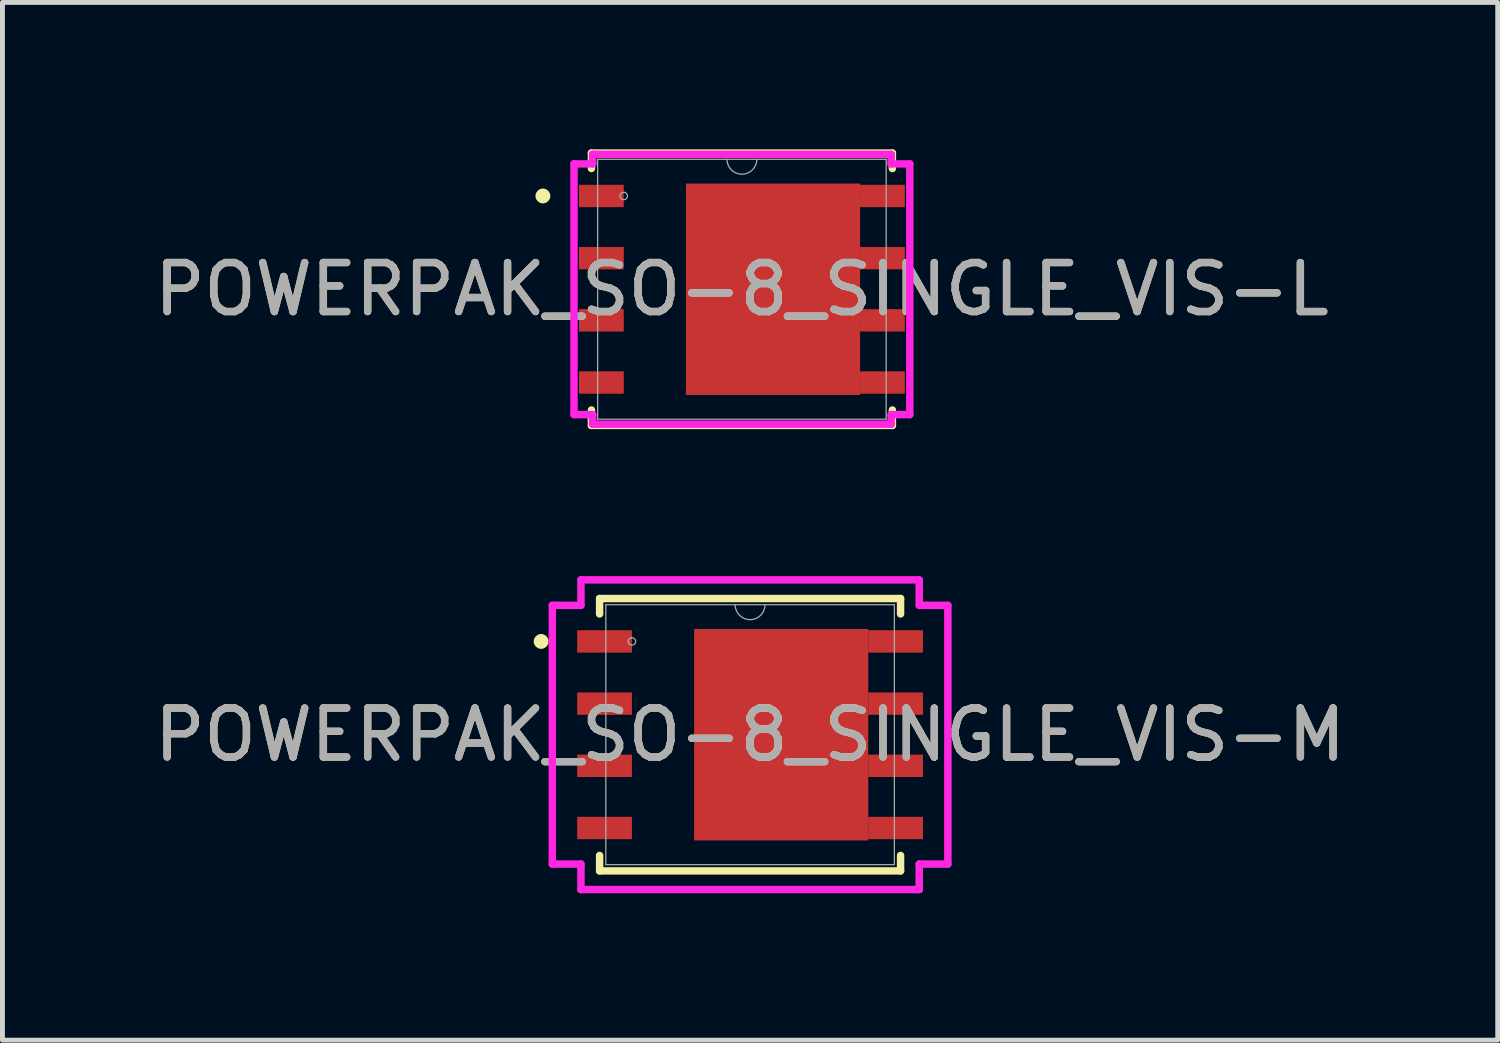
<source format=kicad_pcb>
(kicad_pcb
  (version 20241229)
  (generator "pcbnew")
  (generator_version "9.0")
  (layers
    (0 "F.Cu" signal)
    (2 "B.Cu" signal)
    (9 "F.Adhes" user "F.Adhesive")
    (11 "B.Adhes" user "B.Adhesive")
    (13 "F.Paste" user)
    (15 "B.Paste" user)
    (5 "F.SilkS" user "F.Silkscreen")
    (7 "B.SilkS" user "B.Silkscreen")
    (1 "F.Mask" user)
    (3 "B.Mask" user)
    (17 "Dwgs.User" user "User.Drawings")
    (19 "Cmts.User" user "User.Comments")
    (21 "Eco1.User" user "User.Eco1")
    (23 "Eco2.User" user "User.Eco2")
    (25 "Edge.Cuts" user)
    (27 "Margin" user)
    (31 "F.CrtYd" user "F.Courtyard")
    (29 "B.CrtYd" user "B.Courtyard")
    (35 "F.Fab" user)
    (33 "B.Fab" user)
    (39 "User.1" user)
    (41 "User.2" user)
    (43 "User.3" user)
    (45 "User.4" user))
  (footprint "POWERPAK_SO-8_SINGLE_VIS-M"
    (layer "F.Cu")
    (at 12.268 11.954)
    (property "Reference" "POWERPAK_SO-8_SINGLE_VIS-M" (at 0 0 0) (unlocked yes) (layer "F.SilkS") (effects (font (size 1 1) (thickness 0.15))))
    (attr smd)
    (fp_poly (pts (xy -1.143 -2.159) (xy 2.413 -2.159) (xy 2.413 2.159) (xy -1.143 2.159)) (stroke (width 0) (type solid)) (fill yes) (layer "F.Cu"))
    (fp_poly (pts (xy -1.143 -2.159) (xy 2.413 -2.159) (xy 2.413 2.159) (xy -1.143 2.159)) (stroke (width 0) (type solid)) (fill yes) (layer "F.Mask"))
    (fp_line (start -3.073 -2.781) (end -3.073 -2.466) (stroke (width 0.152) (type solid)) (layer "F.SilkS"))
    (fp_line (start -3.073 2.466) (end -3.073 2.781) (stroke (width 0.152) (type solid)) (layer "F.SilkS"))
    (fp_line (start -3.073 2.781) (end 3.073 2.781) (stroke (width 0.152) (type solid)) (layer "F.SilkS"))
    (fp_line (start 3.073 -2.781) (end -3.073 -2.781) (stroke (width 0.152) (type solid)) (layer "F.SilkS"))
    (fp_line (start 3.073 -2.466) (end 3.073 -2.781) (stroke (width 0.152) (type solid)) (layer "F.SilkS"))
    (fp_line (start 3.073 2.781) (end 3.073 2.466) (stroke (width 0.152) (type solid)) (layer "F.SilkS"))
    (fp_circle (center -4.267 -1.905) (end -4.191 -1.905) (stroke (width 0.152) (type solid)) (fill no) (layer "F.SilkS"))
    (fp_poly (pts (xy -1.143 -2.159) (xy 2.413 -2.159) (xy 2.413 2.159) (xy -1.143 2.159)) (stroke (width 0) (type solid)) (fill yes) (layer "F.Paste"))
    (fp_line (start -4.039 -2.642) (end -3.454 -2.642) (stroke (width 0.152) (type solid)) (layer "F.CrtYd"))
    (fp_line (start -4.039 2.642) (end -4.039 -2.642) (stroke (width 0.152) (type solid)) (layer "F.CrtYd"))
    (fp_line (start -4.039 2.642) (end -3.454 2.642) (stroke (width 0.152) (type solid)) (layer "F.CrtYd"))
    (fp_line (start -3.454 -3.162) (end 3.454 -3.162) (stroke (width 0.152) (type solid)) (layer "F.CrtYd"))
    (fp_line (start -3.454 -2.642) (end -3.454 -3.162) (stroke (width 0.152) (type solid)) (layer "F.CrtYd"))
    (fp_line (start -3.454 3.162) (end -3.454 2.642) (stroke (width 0.152) (type solid)) (layer "F.CrtYd"))
    (fp_line (start 3.454 -3.162) (end 3.454 -2.642) (stroke (width 0.152) (type solid)) (layer "F.CrtYd"))
    (fp_line (start 3.454 2.642) (end 3.454 3.162) (stroke (width 0.152) (type solid)) (layer "F.CrtYd"))
    (fp_line (start 3.454 3.162) (end -3.454 3.162) (stroke (width 0.152) (type solid)) (layer "F.CrtYd"))
    (fp_line (start 4.039 -2.642) (end 3.454 -2.642) (stroke (width 0.152) (type solid)) (layer "F.CrtYd"))
    (fp_line (start 4.039 -2.642) (end 4.039 2.642) (stroke (width 0.152) (type solid)) (layer "F.CrtYd"))
    (fp_line (start 4.039 2.642) (end 3.454 2.642) (stroke (width 0.152) (type solid)) (layer "F.CrtYd"))
    (fp_line (start -2.946 -2.654) (end -2.946 2.654) (stroke (width 0.025) (type solid)) (layer "F.Fab"))
    (fp_line (start -2.946 2.654) (end 2.946 2.654) (stroke (width 0.025) (type solid)) (layer "F.Fab"))
    (fp_line (start 2.946 -2.654) (end -2.946 -2.654) (stroke (width 0.025) (type solid)) (layer "F.Fab"))
    (fp_line (start 2.946 2.654) (end 2.946 -2.654) (stroke (width 0.025) (type solid)) (layer "F.Fab"))
    (fp_arc (start 0.3048 -2.6543) (mid 0 -2.3495) (end -0.3048 -2.6543) (stroke (width 0.0254) (type solid)) (layer "F.Fab"))
    (fp_circle (center -2.413 -1.905) (end -2.337 -1.905) (stroke (width 0.025) (type solid)) (fill no) (layer "F.Fab"))
    (fp_text user "${REFERENCE}" (at 0 0 0) (unlocked yes) (layer "F.Fab") (effects (font (size 1 1) (thickness 0.15))))
    (pad "1" smd rect (at -2.972 -1.905) (size 1.118 0.457) (layers "F.Cu" "F.Mask" "F.Paste"))
    (pad "2" smd rect (at -2.972 -0.635) (size 1.118 0.457) (layers "F.Cu" "F.Mask" "F.Paste"))
    (pad "3" smd rect (at -2.972 0.635) (size 1.118 0.457) (layers "F.Cu" "F.Mask" "F.Paste"))
    (pad "4" smd rect (at -2.972 1.905) (size 1.118 0.457) (layers "F.Cu" "F.Mask" "F.Paste"))
    (pad "5" smd rect (at 2.972 1.905) (size 1.118 0.457) (layers "F.Cu" "F.Mask" "F.Paste"))
    (pad "6" smd rect (at 2.972 0.635) (size 1.118 0.457) (layers "F.Cu" "F.Mask" "F.Paste"))
    (pad "7" smd rect (at 2.972 -0.635) (size 1.118 0.457) (layers "F.Cu" "F.Mask" "F.Paste"))
    (pad "8" smd rect (at 2.972 -1.905) (size 1.118 0.457) (layers "F.Cu" "F.Mask" "F.Paste")))
  (footprint "POWERPAK_SO-8_SINGLE_VIS-L"
    (layer "F.Cu")
    (at 12.101 2.857)
    (property "Reference" "POWERPAK_SO-8_SINGLE_VIS-L" (at 0 0 0) (unlocked yes) (layer "F.SilkS") (effects (font (size 1 1) (thickness 0.15))))
    (attr smd)
    (fp_poly (pts (xy -1.143 -2.159) (xy 2.413 -2.159) (xy 2.413 2.159) (xy -1.143 2.159)) (stroke (width 0) (type solid)) (fill yes) (layer "F.Cu"))
    (fp_poly (pts (xy -1.143 -2.159) (xy 2.413 -2.159) (xy 2.413 2.159) (xy -1.143 2.159)) (stroke (width 0) (type solid)) (fill yes) (layer "F.Mask"))
    (fp_line (start -3.073 -2.781) (end -3.073 -2.466) (stroke (width 0.152) (type solid)) (layer "F.SilkS"))
    (fp_line (start -3.073 2.466) (end -3.073 2.781) (stroke (width 0.152) (type solid)) (layer "F.SilkS"))
    (fp_line (start -3.073 2.781) (end 3.073 2.781) (stroke (width 0.152) (type solid)) (layer "F.SilkS"))
    (fp_line (start 3.073 -2.781) (end -3.073 -2.781) (stroke (width 0.152) (type solid)) (layer "F.SilkS"))
    (fp_line (start 3.073 -2.466) (end 3.073 -2.781) (stroke (width 0.152) (type solid)) (layer "F.SilkS"))
    (fp_line (start 3.073 2.781) (end 3.073 2.466) (stroke (width 0.152) (type solid)) (layer "F.SilkS"))
    (fp_circle (center -4.064 -1.905) (end -3.988 -1.905) (stroke (width 0.152) (type solid)) (fill no) (layer "F.SilkS"))
    (fp_poly (pts (xy -1.143 -2.159) (xy 2.413 -2.159) (xy 2.413 2.159) (xy -1.143 2.159)) (stroke (width 0) (type solid)) (fill yes) (layer "F.Paste"))
    (fp_line (start -3.429 -2.56) (end -3.048 -2.56) (stroke (width 0.152) (type solid)) (layer "F.CrtYd"))
    (fp_line (start -3.429 2.56) (end -3.429 -2.56) (stroke (width 0.152) (type solid)) (layer "F.CrtYd"))
    (fp_line (start -3.429 2.56) (end -3.048 2.56) (stroke (width 0.152) (type solid)) (layer "F.CrtYd"))
    (fp_line (start -3.048 -2.756) (end 3.048 -2.756) (stroke (width 0.152) (type solid)) (layer "F.CrtYd"))
    (fp_line (start -3.048 -2.56) (end -3.048 -2.756) (stroke (width 0.152) (type solid)) (layer "F.CrtYd"))
    (fp_line (start -3.048 2.756) (end -3.048 2.56) (stroke (width 0.152) (type solid)) (layer "F.CrtYd"))
    (fp_line (start 3.048 -2.756) (end 3.048 -2.56) (stroke (width 0.152) (type solid)) (layer "F.CrtYd"))
    (fp_line (start 3.048 2.56) (end 3.048 2.756) (stroke (width 0.152) (type solid)) (layer "F.CrtYd"))
    (fp_line (start 3.048 2.756) (end -3.048 2.756) (stroke (width 0.152) (type solid)) (layer "F.CrtYd"))
    (fp_line (start 3.429 -2.56) (end 3.048 -2.56) (stroke (width 0.152) (type solid)) (layer "F.CrtYd"))
    (fp_line (start 3.429 -2.56) (end 3.429 2.56) (stroke (width 0.152) (type solid)) (layer "F.CrtYd"))
    (fp_line (start 3.429 2.56) (end 3.048 2.56) (stroke (width 0.152) (type solid)) (layer "F.CrtYd"))
    (fp_line (start -2.946 -2.654) (end -2.946 2.654) (stroke (width 0.025) (type solid)) (layer "F.Fab"))
    (fp_line (start -2.946 2.654) (end 2.946 2.654) (stroke (width 0.025) (type solid)) (layer "F.Fab"))
    (fp_line (start 2.946 -2.654) (end -2.946 -2.654) (stroke (width 0.025) (type solid)) (layer "F.Fab"))
    (fp_line (start 2.946 2.654) (end 2.946 -2.654) (stroke (width 0.025) (type solid)) (layer "F.Fab"))
    (fp_arc (start 0.3048 -2.6543) (mid 0 -2.3495) (end -0.3048 -2.6543) (stroke (width 0.0254) (type solid)) (layer "F.Fab"))
    (fp_circle (center -2.413 -1.905) (end -2.337 -1.905) (stroke (width 0.025) (type solid)) (fill no) (layer "F.Fab"))
    (fp_text user "${REFERENCE}" (at 0 0 0) (unlocked yes) (layer "F.Fab") (effects (font (size 1 1) (thickness 0.15))))
    (pad "1" smd rect (at -2.87 -1.905) (size 0.914 0.457) (layers "F.Cu" "F.Mask" "F.Paste"))
    (pad "2" smd rect (at -2.87 -0.635) (size 0.914 0.457) (layers "F.Cu" "F.Mask" "F.Paste"))
    (pad "3" smd rect (at -2.87 0.635) (size 0.914 0.457) (layers "F.Cu" "F.Mask" "F.Paste"))
    (pad "4" smd rect (at -2.87 1.905) (size 0.914 0.457) (layers "F.Cu" "F.Mask" "F.Paste"))
    (pad "5" smd rect (at 2.87 1.905) (size 0.914 0.457) (layers "F.Cu" "F.Mask" "F.Paste"))
    (pad "6" smd rect (at 2.87 0.635) (size 0.914 0.457) (layers "F.Cu" "F.Mask" "F.Paste"))
    (pad "7" smd rect (at 2.87 -0.635) (size 0.914 0.457) (layers "F.Cu" "F.Mask" "F.Paste"))
    (pad "8" smd rect (at 2.87 -1.905) (size 0.914 0.457) (layers "F.Cu" "F.Mask" "F.Paste")))
  (gr_rect
    (start -3 -3)
    (end 27.536 18.192)
    (stroke (width 0.1) (type default))
    (fill no)
    (layer "Edge.Cuts")))
</source>
